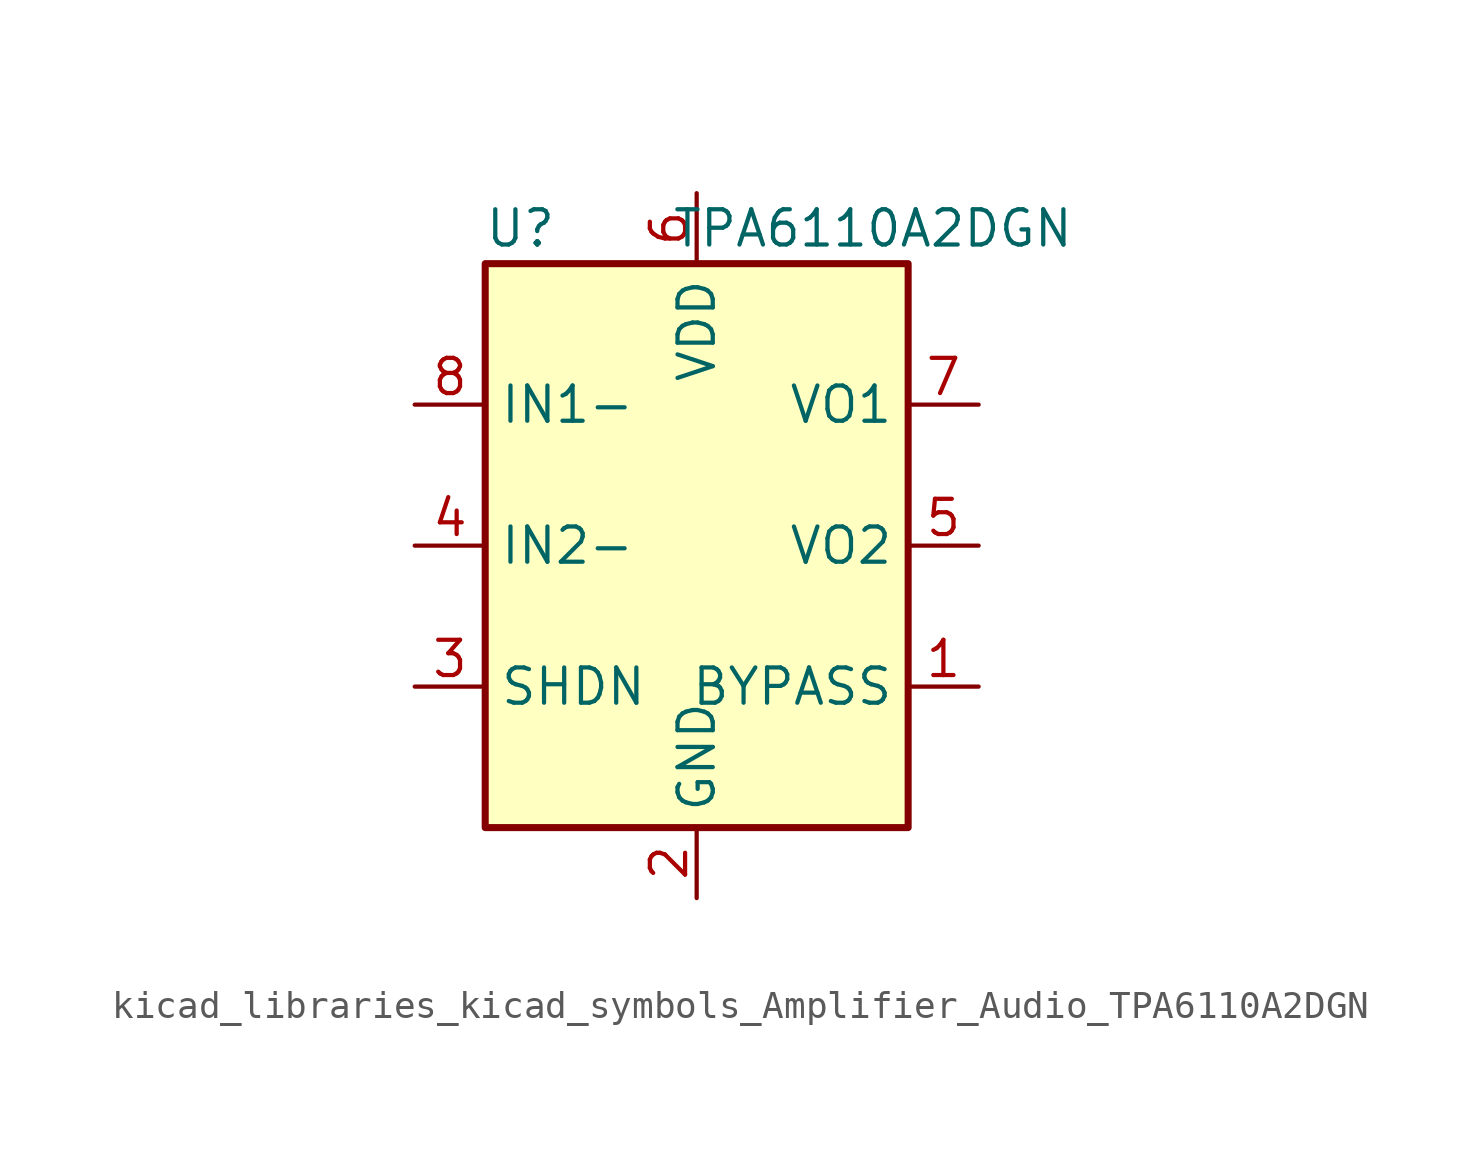
<source format=kicad_sym>
(kicad_symbol_lib
  (version 20220914)
  (generator kicad_symbol_editor)
  (symbol "kicad_libraries_kicad_symbols_Amplifier_Audio_TPA6110A2DGN"
    (property "Reference" "U"
      (at -6.35 11.43 0)
      (effects (font (size 1.27 1.27))))
    (property "Value" "TPA6110A2DGN"
      (at 6.35 11.43 0)
      (effects (font (size 1.27 1.27))))
    (symbol "kicad_libraries_kicad_symbols_Amplifier_Audio_TPA6110A2DGN_0_1"
      (rectangle (start -7.62 10.16) (end 7.62 -10.16) (stroke (width 0.254) (type default)) (fill (type background))))
    (symbol "kicad_libraries_kicad_symbols_Amplifier_Audio_TPA6110A2DGN_1_1"
      (pin passive line (at 10.16 -5.08 180) (length 2.54) (name "BYPASS" (effects (font (size 1.27 1.27)))) (number "1" (effects (font (size 1.27 1.27)))))
      (pin power_in line (at 0 -12.7 90) (length 2.54) (name "GND" (effects (font (size 1.27 1.27)))) (number "2" (effects (font (size 1.27 1.27)))))
      (pin input line (at -10.16 -5.08 0) (length 2.54) (name "SHDN" (effects (font (size 1.27 1.27)))) (number "3" (effects (font (size 1.27 1.27)))))
      (pin input line (at -10.16 0 0) (length 2.54) (name "IN2-" (effects (font (size 1.27 1.27)))) (number "4" (effects (font (size 1.27 1.27)))))
      (pin output line (at 10.16 0 180) (length 2.54) (name "VO2" (effects (font (size 1.27 1.27)))) (number "5" (effects (font (size 1.27 1.27)))))
      (pin power_in line (at 0 12.7 270) (length 2.54) (name "VDD" (effects (font (size 1.27 1.27)))) (number "6" (effects (font (size 1.27 1.27)))))
      (pin output line (at 10.16 5.08 180) (length 2.54) (name "VO1" (effects (font (size 1.27 1.27)))) (number "7" (effects (font (size 1.27 1.27)))))
      (pin input line (at -10.16 5.08 0) (length 2.54) (name "IN1-" (effects (font (size 1.27 1.27)))) (number "8" (effects (font (size 1.27 1.27)))))
      (pin passive line (at 0 -12.7 90) (length 2.54) hide (name "GND" (effects (font (size 1.27 1.27)))) (number "9" (effects (font (size 1.27 1.27))))))))
</source>
